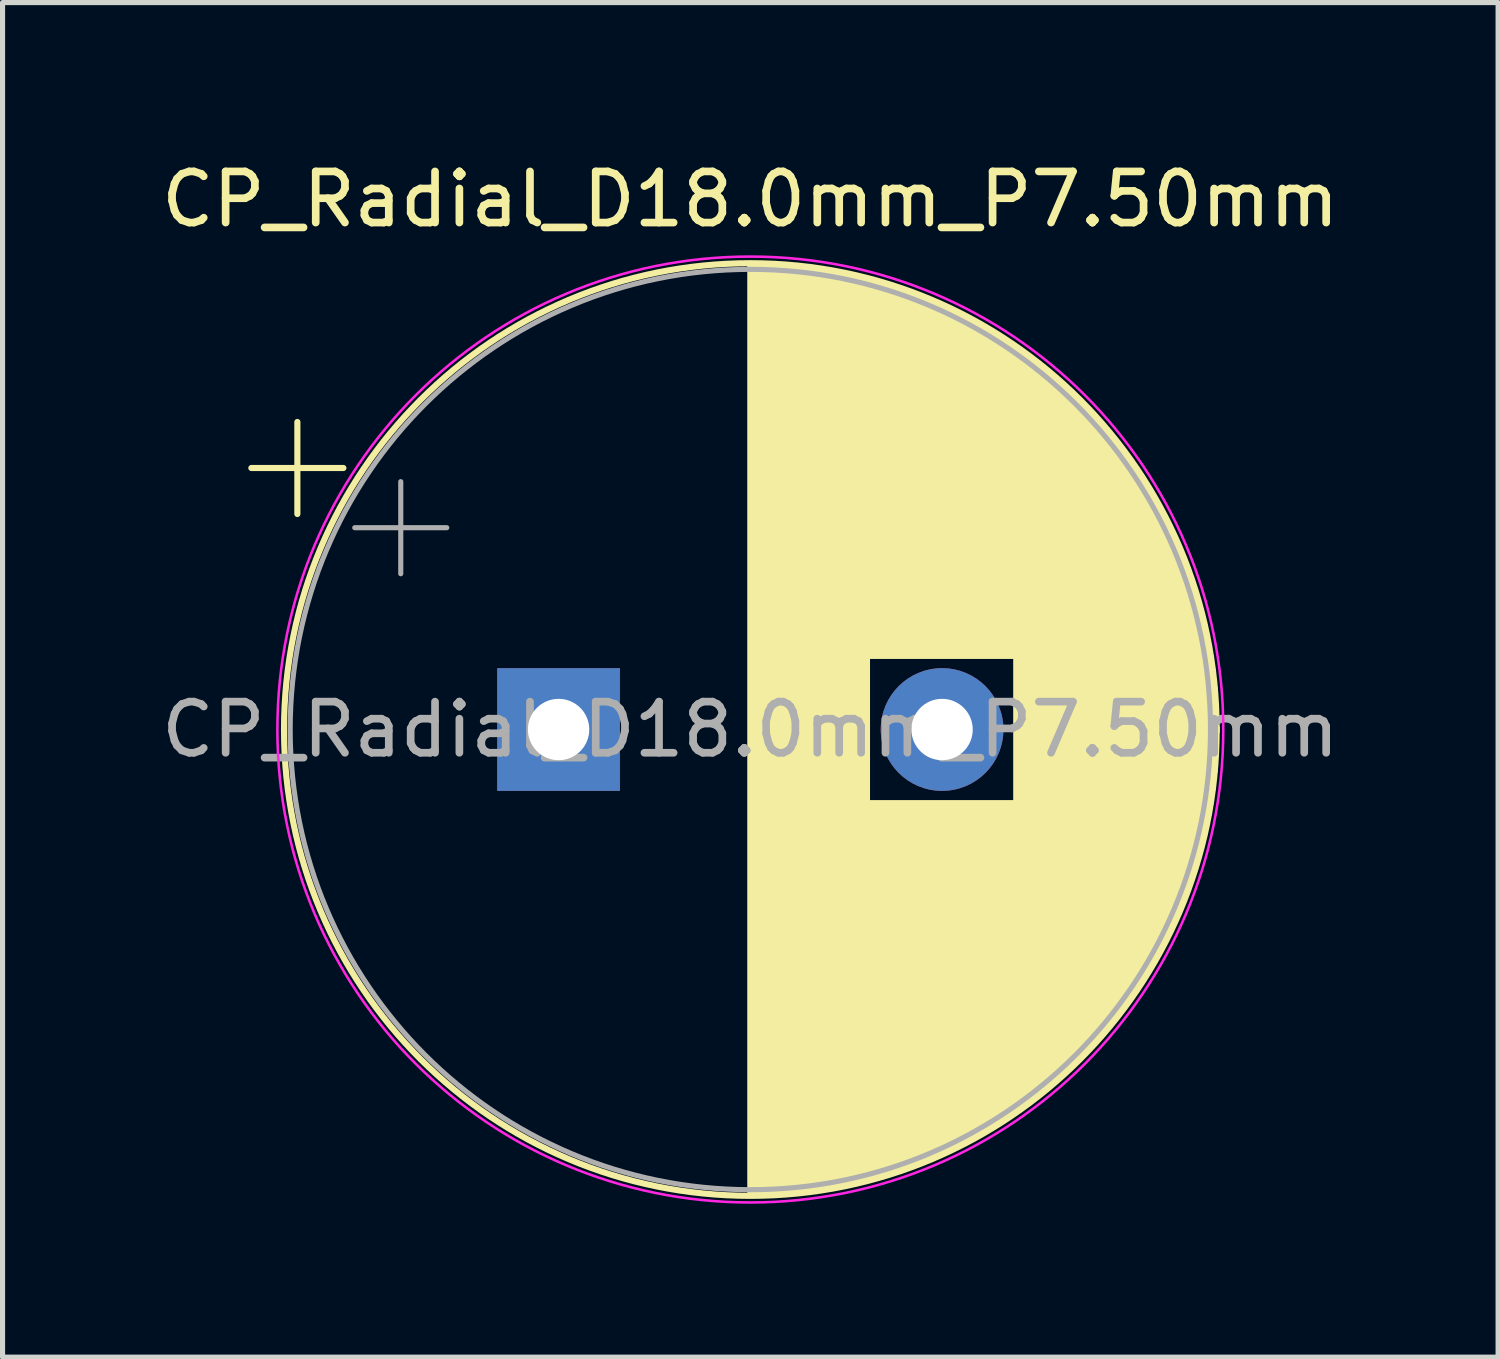
<source format=kicad_pcb>
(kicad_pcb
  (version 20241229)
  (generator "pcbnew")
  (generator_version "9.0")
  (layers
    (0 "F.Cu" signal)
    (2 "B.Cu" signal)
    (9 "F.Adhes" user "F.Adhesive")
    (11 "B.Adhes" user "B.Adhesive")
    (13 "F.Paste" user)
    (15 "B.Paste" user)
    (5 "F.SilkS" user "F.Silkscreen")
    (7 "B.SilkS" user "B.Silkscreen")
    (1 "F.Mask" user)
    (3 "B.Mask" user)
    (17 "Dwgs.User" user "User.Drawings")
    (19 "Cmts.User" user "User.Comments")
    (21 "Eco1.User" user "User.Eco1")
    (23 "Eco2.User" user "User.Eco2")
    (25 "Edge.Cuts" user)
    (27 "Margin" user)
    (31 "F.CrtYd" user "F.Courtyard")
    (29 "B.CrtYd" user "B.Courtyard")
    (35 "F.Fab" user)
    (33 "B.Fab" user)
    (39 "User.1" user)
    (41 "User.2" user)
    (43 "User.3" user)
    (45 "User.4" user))
  (footprint "CP_Radial_D18.0mm_P7.50mm"
    (layer "F.Cu")
    (at 7.875 11.218)
    (property "Reference" "CP_Radial_D18.0mm_P7.50mm" (at 3.75 -10.37 0) (layer "F.SilkS") (effects (font (size 1 1) (thickness 0.15))))
    (attr through_hole)
    (fp_line (start -6.009 -5.115) (end -4.209 -5.115) (stroke (width 0.12) (type solid)) (layer "F.SilkS"))
    (fp_line (start -5.109 -6.015) (end -5.109 -4.215) (stroke (width 0.12) (type solid)) (layer "F.SilkS"))
    (fp_line (start 3.75 -9.081) (end 3.75 9.081) (stroke (width 0.12) (type solid)) (layer "F.SilkS"))
    (fp_line (start 3.79 -9.08) (end 3.79 9.08) (stroke (width 0.12) (type solid)) (layer "F.SilkS"))
    (fp_line (start 3.83 -9.08) (end 3.83 9.08) (stroke (width 0.12) (type solid)) (layer "F.SilkS"))
    (fp_line (start 3.87 -9.08) (end 3.87 9.08) (stroke (width 0.12) (type solid)) (layer "F.SilkS"))
    (fp_line (start 3.91 -9.079) (end 3.91 9.079) (stroke (width 0.12) (type solid)) (layer "F.SilkS"))
    (fp_line (start 3.95 -9.078) (end 3.95 9.078) (stroke (width 0.12) (type solid)) (layer "F.SilkS"))
    (fp_line (start 3.99 -9.077) (end 3.99 9.077) (stroke (width 0.12) (type solid)) (layer "F.SilkS"))
    (fp_line (start 4.03 -9.076) (end 4.03 9.076) (stroke (width 0.12) (type solid)) (layer "F.SilkS"))
    (fp_line (start 4.07 -9.075) (end 4.07 9.075) (stroke (width 0.12) (type solid)) (layer "F.SilkS"))
    (fp_line (start 4.11 -9.073) (end 4.11 9.073) (stroke (width 0.12) (type solid)) (layer "F.SilkS"))
    (fp_line (start 4.15 -9.072) (end 4.15 9.072) (stroke (width 0.12) (type solid)) (layer "F.SilkS"))
    (fp_line (start 4.19 -9.07) (end 4.19 9.07) (stroke (width 0.12) (type solid)) (layer "F.SilkS"))
    (fp_line (start 4.23 -9.068) (end 4.23 9.068) (stroke (width 0.12) (type solid)) (layer "F.SilkS"))
    (fp_line (start 4.27 -9.066) (end 4.27 9.066) (stroke (width 0.12) (type solid)) (layer "F.SilkS"))
    (fp_line (start 4.31 -9.063) (end 4.31 9.063) (stroke (width 0.12) (type solid)) (layer "F.SilkS"))
    (fp_line (start 4.35 -9.061) (end 4.35 9.061) (stroke (width 0.12) (type solid)) (layer "F.SilkS"))
    (fp_line (start 4.39 -9.058) (end 4.39 9.058) (stroke (width 0.12) (type solid)) (layer "F.SilkS"))
    (fp_line (start 4.43 -9.055) (end 4.43 9.055) (stroke (width 0.12) (type solid)) (layer "F.SilkS"))
    (fp_line (start 4.471 -9.052) (end 4.471 9.052) (stroke (width 0.12) (type solid)) (layer "F.SilkS"))
    (fp_line (start 4.511 -9.049) (end 4.511 9.049) (stroke (width 0.12) (type solid)) (layer "F.SilkS"))
    (fp_line (start 4.551 -9.045) (end 4.551 9.045) (stroke (width 0.12) (type solid)) (layer "F.SilkS"))
    (fp_line (start 4.591 -9.042) (end 4.591 9.042) (stroke (width 0.12) (type solid)) (layer "F.SilkS"))
    (fp_line (start 4.631 -9.038) (end 4.631 9.038) (stroke (width 0.12) (type solid)) (layer "F.SilkS"))
    (fp_line (start 4.671 -9.034) (end 4.671 9.034) (stroke (width 0.12) (type solid)) (layer "F.SilkS"))
    (fp_line (start 4.711 -9.03) (end 4.711 9.03) (stroke (width 0.12) (type solid)) (layer "F.SilkS"))
    (fp_line (start 4.751 -9.026) (end 4.751 9.026) (stroke (width 0.12) (type solid)) (layer "F.SilkS"))
    (fp_line (start 4.791 -9.021) (end 4.791 9.021) (stroke (width 0.12) (type solid)) (layer "F.SilkS"))
    (fp_line (start 4.831 -9.016) (end 4.831 9.016) (stroke (width 0.12) (type solid)) (layer "F.SilkS"))
    (fp_line (start 4.871 -9.011) (end 4.871 9.011) (stroke (width 0.12) (type solid)) (layer "F.SilkS"))
    (fp_line (start 4.911 -9.006) (end 4.911 9.006) (stroke (width 0.12) (type solid)) (layer "F.SilkS"))
    (fp_line (start 4.951 -9.001) (end 4.951 9.001) (stroke (width 0.12) (type solid)) (layer "F.SilkS"))
    (fp_line (start 4.991 -8.996) (end 4.991 8.996) (stroke (width 0.12) (type solid)) (layer "F.SilkS"))
    (fp_line (start 5.031 -8.99) (end 5.031 8.99) (stroke (width 0.12) (type solid)) (layer "F.SilkS"))
    (fp_line (start 5.071 -8.984) (end 5.071 8.984) (stroke (width 0.12) (type solid)) (layer "F.SilkS"))
    (fp_line (start 5.111 -8.979) (end 5.111 8.979) (stroke (width 0.12) (type solid)) (layer "F.SilkS"))
    (fp_line (start 5.151 -8.972) (end 5.151 8.972) (stroke (width 0.12) (type solid)) (layer "F.SilkS"))
    (fp_line (start 5.191 -8.966) (end 5.191 8.966) (stroke (width 0.12) (type solid)) (layer "F.SilkS"))
    (fp_line (start 5.231 -8.96) (end 5.231 8.96) (stroke (width 0.12) (type solid)) (layer "F.SilkS"))
    (fp_line (start 5.271 -8.953) (end 5.271 8.953) (stroke (width 0.12) (type solid)) (layer "F.SilkS"))
    (fp_line (start 5.311 -8.946) (end 5.311 8.946) (stroke (width 0.12) (type solid)) (layer "F.SilkS"))
    (fp_line (start 5.351 -8.939) (end 5.351 8.939) (stroke (width 0.12) (type solid)) (layer "F.SilkS"))
    (fp_line (start 5.391 -8.932) (end 5.391 8.932) (stroke (width 0.12) (type solid)) (layer "F.SilkS"))
    (fp_line (start 5.431 -8.924) (end 5.431 8.924) (stroke (width 0.12) (type solid)) (layer "F.SilkS"))
    (fp_line (start 5.471 -8.917) (end 5.471 8.917) (stroke (width 0.12) (type solid)) (layer "F.SilkS"))
    (fp_line (start 5.511 -8.909) (end 5.511 8.909) (stroke (width 0.12) (type solid)) (layer "F.SilkS"))
    (fp_line (start 5.551 -8.901) (end 5.551 8.901) (stroke (width 0.12) (type solid)) (layer "F.SilkS"))
    (fp_line (start 5.591 -8.893) (end 5.591 8.893) (stroke (width 0.12) (type solid)) (layer "F.SilkS"))
    (fp_line (start 5.631 -8.885) (end 5.631 8.885) (stroke (width 0.12) (type solid)) (layer "F.SilkS"))
    (fp_line (start 5.671 -8.876) (end 5.671 8.876) (stroke (width 0.12) (type solid)) (layer "F.SilkS"))
    (fp_line (start 5.711 -8.867) (end 5.711 8.867) (stroke (width 0.12) (type solid)) (layer "F.SilkS"))
    (fp_line (start 5.751 -8.858) (end 5.751 8.858) (stroke (width 0.12) (type solid)) (layer "F.SilkS"))
    (fp_line (start 5.791 -8.849) (end 5.791 8.849) (stroke (width 0.12) (type solid)) (layer "F.SilkS"))
    (fp_line (start 5.831 -8.84) (end 5.831 8.84) (stroke (width 0.12) (type solid)) (layer "F.SilkS"))
    (fp_line (start 5.871 -8.831) (end 5.871 8.831) (stroke (width 0.12) (type solid)) (layer "F.SilkS"))
    (fp_line (start 5.911 -8.821) (end 5.911 8.821) (stroke (width 0.12) (type solid)) (layer "F.SilkS"))
    (fp_line (start 5.951 -8.811) (end 5.951 8.811) (stroke (width 0.12) (type solid)) (layer "F.SilkS"))
    (fp_line (start 5.991 -8.801) (end 5.991 8.801) (stroke (width 0.12) (type solid)) (layer "F.SilkS"))
    (fp_line (start 6.031 -8.791) (end 6.031 8.791) (stroke (width 0.12) (type solid)) (layer "F.SilkS"))
    (fp_line (start 6.071 -8.78) (end 6.071 -1.44) (stroke (width 0.12) (type solid)) (layer "F.SilkS"))
    (fp_line (start 6.071 1.44) (end 6.071 8.78) (stroke (width 0.12) (type solid)) (layer "F.SilkS"))
    (fp_line (start 6.111 -8.77) (end 6.111 -1.44) (stroke (width 0.12) (type solid)) (layer "F.SilkS"))
    (fp_line (start 6.111 1.44) (end 6.111 8.77) (stroke (width 0.12) (type solid)) (layer "F.SilkS"))
    (fp_line (start 6.151 -8.759) (end 6.151 -1.44) (stroke (width 0.12) (type solid)) (layer "F.SilkS"))
    (fp_line (start 6.151 1.44) (end 6.151 8.759) (stroke (width 0.12) (type solid)) (layer "F.SilkS"))
    (fp_line (start 6.191 -8.748) (end 6.191 -1.44) (stroke (width 0.12) (type solid)) (layer "F.SilkS"))
    (fp_line (start 6.191 1.44) (end 6.191 8.748) (stroke (width 0.12) (type solid)) (layer "F.SilkS"))
    (fp_line (start 6.231 -8.737) (end 6.231 -1.44) (stroke (width 0.12) (type solid)) (layer "F.SilkS"))
    (fp_line (start 6.231 1.44) (end 6.231 8.737) (stroke (width 0.12) (type solid)) (layer "F.SilkS"))
    (fp_line (start 6.271 -8.725) (end 6.271 -1.44) (stroke (width 0.12) (type solid)) (layer "F.SilkS"))
    (fp_line (start 6.271 1.44) (end 6.271 8.725) (stroke (width 0.12) (type solid)) (layer "F.SilkS"))
    (fp_line (start 6.311 -8.714) (end 6.311 -1.44) (stroke (width 0.12) (type solid)) (layer "F.SilkS"))
    (fp_line (start 6.311 1.44) (end 6.311 8.714) (stroke (width 0.12) (type solid)) (layer "F.SilkS"))
    (fp_line (start 6.351 -8.702) (end 6.351 -1.44) (stroke (width 0.12) (type solid)) (layer "F.SilkS"))
    (fp_line (start 6.351 1.44) (end 6.351 8.702) (stroke (width 0.12) (type solid)) (layer "F.SilkS"))
    (fp_line (start 6.391 -8.69) (end 6.391 -1.44) (stroke (width 0.12) (type solid)) (layer "F.SilkS"))
    (fp_line (start 6.391 1.44) (end 6.391 8.69) (stroke (width 0.12) (type solid)) (layer "F.SilkS"))
    (fp_line (start 6.431 -8.678) (end 6.431 -1.44) (stroke (width 0.12) (type solid)) (layer "F.SilkS"))
    (fp_line (start 6.431 1.44) (end 6.431 8.678) (stroke (width 0.12) (type solid)) (layer "F.SilkS"))
    (fp_line (start 6.471 -8.665) (end 6.471 -1.44) (stroke (width 0.12) (type solid)) (layer "F.SilkS"))
    (fp_line (start 6.471 1.44) (end 6.471 8.665) (stroke (width 0.12) (type solid)) (layer "F.SilkS"))
    (fp_line (start 6.511 -8.653) (end 6.511 -1.44) (stroke (width 0.12) (type solid)) (layer "F.SilkS"))
    (fp_line (start 6.511 1.44) (end 6.511 8.653) (stroke (width 0.12) (type solid)) (layer "F.SilkS"))
    (fp_line (start 6.551 -8.64) (end 6.551 -1.44) (stroke (width 0.12) (type solid)) (layer "F.SilkS"))
    (fp_line (start 6.551 1.44) (end 6.551 8.64) (stroke (width 0.12) (type solid)) (layer "F.SilkS"))
    (fp_line (start 6.591 -8.627) (end 6.591 -1.44) (stroke (width 0.12) (type solid)) (layer "F.SilkS"))
    (fp_line (start 6.591 1.44) (end 6.591 8.627) (stroke (width 0.12) (type solid)) (layer "F.SilkS"))
    (fp_line (start 6.631 -8.614) (end 6.631 -1.44) (stroke (width 0.12) (type solid)) (layer "F.SilkS"))
    (fp_line (start 6.631 1.44) (end 6.631 8.614) (stroke (width 0.12) (type solid)) (layer "F.SilkS"))
    (fp_line (start 6.671 -8.6) (end 6.671 -1.44) (stroke (width 0.12) (type solid)) (layer "F.SilkS"))
    (fp_line (start 6.671 1.44) (end 6.671 8.6) (stroke (width 0.12) (type solid)) (layer "F.SilkS"))
    (fp_line (start 6.711 -8.587) (end 6.711 -1.44) (stroke (width 0.12) (type solid)) (layer "F.SilkS"))
    (fp_line (start 6.711 1.44) (end 6.711 8.587) (stroke (width 0.12) (type solid)) (layer "F.SilkS"))
    (fp_line (start 6.751 -8.573) (end 6.751 -1.44) (stroke (width 0.12) (type solid)) (layer "F.SilkS"))
    (fp_line (start 6.751 1.44) (end 6.751 8.573) (stroke (width 0.12) (type solid)) (layer "F.SilkS"))
    (fp_line (start 6.791 -8.559) (end 6.791 -1.44) (stroke (width 0.12) (type solid)) (layer "F.SilkS"))
    (fp_line (start 6.791 1.44) (end 6.791 8.559) (stroke (width 0.12) (type solid)) (layer "F.SilkS"))
    (fp_line (start 6.831 -8.545) (end 6.831 -1.44) (stroke (width 0.12) (type solid)) (layer "F.SilkS"))
    (fp_line (start 6.831 1.44) (end 6.831 8.545) (stroke (width 0.12) (type solid)) (layer "F.SilkS"))
    (fp_line (start 6.871 -8.53) (end 6.871 -1.44) (stroke (width 0.12) (type solid)) (layer "F.SilkS"))
    (fp_line (start 6.871 1.44) (end 6.871 8.53) (stroke (width 0.12) (type solid)) (layer "F.SilkS"))
    (fp_line (start 6.911 -8.516) (end 6.911 -1.44) (stroke (width 0.12) (type solid)) (layer "F.SilkS"))
    (fp_line (start 6.911 1.44) (end 6.911 8.516) (stroke (width 0.12) (type solid)) (layer "F.SilkS"))
    (fp_line (start 6.951 -8.501) (end 6.951 -1.44) (stroke (width 0.12) (type solid)) (layer "F.SilkS"))
    (fp_line (start 6.951 1.44) (end 6.951 8.501) (stroke (width 0.12) (type solid)) (layer "F.SilkS"))
    (fp_line (start 6.991 -8.486) (end 6.991 -1.44) (stroke (width 0.12) (type solid)) (layer "F.SilkS"))
    (fp_line (start 6.991 1.44) (end 6.991 8.486) (stroke (width 0.12) (type solid)) (layer "F.SilkS"))
    (fp_line (start 7.031 -8.47) (end 7.031 -1.44) (stroke (width 0.12) (type solid)) (layer "F.SilkS"))
    (fp_line (start 7.031 1.44) (end 7.031 8.47) (stroke (width 0.12) (type solid)) (layer "F.SilkS"))
    (fp_line (start 7.071 -8.455) (end 7.071 -1.44) (stroke (width 0.12) (type solid)) (layer "F.SilkS"))
    (fp_line (start 7.071 1.44) (end 7.071 8.455) (stroke (width 0.12) (type solid)) (layer "F.SilkS"))
    (fp_line (start 7.111 -8.439) (end 7.111 -1.44) (stroke (width 0.12) (type solid)) (layer "F.SilkS"))
    (fp_line (start 7.111 1.44) (end 7.111 8.439) (stroke (width 0.12) (type solid)) (layer "F.SilkS"))
    (fp_line (start 7.151 -8.423) (end 7.151 -1.44) (stroke (width 0.12) (type solid)) (layer "F.SilkS"))
    (fp_line (start 7.151 1.44) (end 7.151 8.423) (stroke (width 0.12) (type solid)) (layer "F.SilkS"))
    (fp_line (start 7.191 -8.407) (end 7.191 -1.44) (stroke (width 0.12) (type solid)) (layer "F.SilkS"))
    (fp_line (start 7.191 1.44) (end 7.191 8.407) (stroke (width 0.12) (type solid)) (layer "F.SilkS"))
    (fp_line (start 7.231 -8.39) (end 7.231 -1.44) (stroke (width 0.12) (type solid)) (layer "F.SilkS"))
    (fp_line (start 7.231 1.44) (end 7.231 8.39) (stroke (width 0.12) (type solid)) (layer "F.SilkS"))
    (fp_line (start 7.271 -8.374) (end 7.271 -1.44) (stroke (width 0.12) (type solid)) (layer "F.SilkS"))
    (fp_line (start 7.271 1.44) (end 7.271 8.374) (stroke (width 0.12) (type solid)) (layer "F.SilkS"))
    (fp_line (start 7.311 -8.357) (end 7.311 -1.44) (stroke (width 0.12) (type solid)) (layer "F.SilkS"))
    (fp_line (start 7.311 1.44) (end 7.311 8.357) (stroke (width 0.12) (type solid)) (layer "F.SilkS"))
    (fp_line (start 7.351 -8.34) (end 7.351 -1.44) (stroke (width 0.12) (type solid)) (layer "F.SilkS"))
    (fp_line (start 7.351 1.44) (end 7.351 8.34) (stroke (width 0.12) (type solid)) (layer "F.SilkS"))
    (fp_line (start 7.391 -8.323) (end 7.391 -1.44) (stroke (width 0.12) (type solid)) (layer "F.SilkS"))
    (fp_line (start 7.391 1.44) (end 7.391 8.323) (stroke (width 0.12) (type solid)) (layer "F.SilkS"))
    (fp_line (start 7.431 -8.305) (end 7.431 -1.44) (stroke (width 0.12) (type solid)) (layer "F.SilkS"))
    (fp_line (start 7.431 1.44) (end 7.431 8.305) (stroke (width 0.12) (type solid)) (layer "F.SilkS"))
    (fp_line (start 7.471 -8.287) (end 7.471 -1.44) (stroke (width 0.12) (type solid)) (layer "F.SilkS"))
    (fp_line (start 7.471 1.44) (end 7.471 8.287) (stroke (width 0.12) (type solid)) (layer "F.SilkS"))
    (fp_line (start 7.511 -8.269) (end 7.511 -1.44) (stroke (width 0.12) (type solid)) (layer "F.SilkS"))
    (fp_line (start 7.511 1.44) (end 7.511 8.269) (stroke (width 0.12) (type solid)) (layer "F.SilkS"))
    (fp_line (start 7.551 -8.251) (end 7.551 -1.44) (stroke (width 0.12) (type solid)) (layer "F.SilkS"))
    (fp_line (start 7.551 1.44) (end 7.551 8.251) (stroke (width 0.12) (type solid)) (layer "F.SilkS"))
    (fp_line (start 7.591 -8.233) (end 7.591 -1.44) (stroke (width 0.12) (type solid)) (layer "F.SilkS"))
    (fp_line (start 7.591 1.44) (end 7.591 8.233) (stroke (width 0.12) (type solid)) (layer "F.SilkS"))
    (fp_line (start 7.631 -8.214) (end 7.631 -1.44) (stroke (width 0.12) (type solid)) (layer "F.SilkS"))
    (fp_line (start 7.631 1.44) (end 7.631 8.214) (stroke (width 0.12) (type solid)) (layer "F.SilkS"))
    (fp_line (start 7.671 -8.195) (end 7.671 -1.44) (stroke (width 0.12) (type solid)) (layer "F.SilkS"))
    (fp_line (start 7.671 1.44) (end 7.671 8.195) (stroke (width 0.12) (type solid)) (layer "F.SilkS"))
    (fp_line (start 7.711 -8.176) (end 7.711 -1.44) (stroke (width 0.12) (type solid)) (layer "F.SilkS"))
    (fp_line (start 7.711 1.44) (end 7.711 8.176) (stroke (width 0.12) (type solid)) (layer "F.SilkS"))
    (fp_line (start 7.751 -8.156) (end 7.751 -1.44) (stroke (width 0.12) (type solid)) (layer "F.SilkS"))
    (fp_line (start 7.751 1.44) (end 7.751 8.156) (stroke (width 0.12) (type solid)) (layer "F.SilkS"))
    (fp_line (start 7.791 -8.137) (end 7.791 -1.44) (stroke (width 0.12) (type solid)) (layer "F.SilkS"))
    (fp_line (start 7.791 1.44) (end 7.791 8.137) (stroke (width 0.12) (type solid)) (layer "F.SilkS"))
    (fp_line (start 7.831 -8.117) (end 7.831 -1.44) (stroke (width 0.12) (type solid)) (layer "F.SilkS"))
    (fp_line (start 7.831 1.44) (end 7.831 8.117) (stroke (width 0.12) (type solid)) (layer "F.SilkS"))
    (fp_line (start 7.871 -8.097) (end 7.871 -1.44) (stroke (width 0.12) (type solid)) (layer "F.SilkS"))
    (fp_line (start 7.871 1.44) (end 7.871 8.097) (stroke (width 0.12) (type solid)) (layer "F.SilkS"))
    (fp_line (start 7.911 -8.076) (end 7.911 -1.44) (stroke (width 0.12) (type solid)) (layer "F.SilkS"))
    (fp_line (start 7.911 1.44) (end 7.911 8.076) (stroke (width 0.12) (type solid)) (layer "F.SilkS"))
    (fp_line (start 7.951 -8.056) (end 7.951 -1.44) (stroke (width 0.12) (type solid)) (layer "F.SilkS"))
    (fp_line (start 7.951 1.44) (end 7.951 8.056) (stroke (width 0.12) (type solid)) (layer "F.SilkS"))
    (fp_line (start 7.991 -8.035) (end 7.991 -1.44) (stroke (width 0.12) (type solid)) (layer "F.SilkS"))
    (fp_line (start 7.991 1.44) (end 7.991 8.035) (stroke (width 0.12) (type solid)) (layer "F.SilkS"))
    (fp_line (start 8.031 -8.014) (end 8.031 -1.44) (stroke (width 0.12) (type solid)) (layer "F.SilkS"))
    (fp_line (start 8.031 1.44) (end 8.031 8.014) (stroke (width 0.12) (type solid)) (layer "F.SilkS"))
    (fp_line (start 8.071 -7.992) (end 8.071 -1.44) (stroke (width 0.12) (type solid)) (layer "F.SilkS"))
    (fp_line (start 8.071 1.44) (end 8.071 7.992) (stroke (width 0.12) (type solid)) (layer "F.SilkS"))
    (fp_line (start 8.111 -7.971) (end 8.111 -1.44) (stroke (width 0.12) (type solid)) (layer "F.SilkS"))
    (fp_line (start 8.111 1.44) (end 8.111 7.971) (stroke (width 0.12) (type solid)) (layer "F.SilkS"))
    (fp_line (start 8.151 -7.949) (end 8.151 -1.44) (stroke (width 0.12) (type solid)) (layer "F.SilkS"))
    (fp_line (start 8.151 1.44) (end 8.151 7.949) (stroke (width 0.12) (type solid)) (layer "F.SilkS"))
    (fp_line (start 8.191 -7.927) (end 8.191 -1.44) (stroke (width 0.12) (type solid)) (layer "F.SilkS"))
    (fp_line (start 8.191 1.44) (end 8.191 7.927) (stroke (width 0.12) (type solid)) (layer "F.SilkS"))
    (fp_line (start 8.231 -7.904) (end 8.231 -1.44) (stroke (width 0.12) (type solid)) (layer "F.SilkS"))
    (fp_line (start 8.231 1.44) (end 8.231 7.904) (stroke (width 0.12) (type solid)) (layer "F.SilkS"))
    (fp_line (start 8.271 -7.882) (end 8.271 -1.44) (stroke (width 0.12) (type solid)) (layer "F.SilkS"))
    (fp_line (start 8.271 1.44) (end 8.271 7.882) (stroke (width 0.12) (type solid)) (layer "F.SilkS"))
    (fp_line (start 8.311 -7.859) (end 8.311 -1.44) (stroke (width 0.12) (type solid)) (layer "F.SilkS"))
    (fp_line (start 8.311 1.44) (end 8.311 7.859) (stroke (width 0.12) (type solid)) (layer "F.SilkS"))
    (fp_line (start 8.351 -7.835) (end 8.351 -1.44) (stroke (width 0.12) (type solid)) (layer "F.SilkS"))
    (fp_line (start 8.351 1.44) (end 8.351 7.835) (stroke (width 0.12) (type solid)) (layer "F.SilkS"))
    (fp_line (start 8.391 -7.812) (end 8.391 -1.44) (stroke (width 0.12) (type solid)) (layer "F.SilkS"))
    (fp_line (start 8.391 1.44) (end 8.391 7.812) (stroke (width 0.12) (type solid)) (layer "F.SilkS"))
    (fp_line (start 8.431 -7.788) (end 8.431 -1.44) (stroke (width 0.12) (type solid)) (layer "F.SilkS"))
    (fp_line (start 8.431 1.44) (end 8.431 7.788) (stroke (width 0.12) (type solid)) (layer "F.SilkS"))
    (fp_line (start 8.471 -7.764) (end 8.471 -1.44) (stroke (width 0.12) (type solid)) (layer "F.SilkS"))
    (fp_line (start 8.471 1.44) (end 8.471 7.764) (stroke (width 0.12) (type solid)) (layer "F.SilkS"))
    (fp_line (start 8.511 -7.74) (end 8.511 -1.44) (stroke (width 0.12) (type solid)) (layer "F.SilkS"))
    (fp_line (start 8.511 1.44) (end 8.511 7.74) (stroke (width 0.12) (type solid)) (layer "F.SilkS"))
    (fp_line (start 8.551 -7.715) (end 8.551 -1.44) (stroke (width 0.12) (type solid)) (layer "F.SilkS"))
    (fp_line (start 8.551 1.44) (end 8.551 7.715) (stroke (width 0.12) (type solid)) (layer "F.SilkS"))
    (fp_line (start 8.591 -7.69) (end 8.591 -1.44) (stroke (width 0.12) (type solid)) (layer "F.SilkS"))
    (fp_line (start 8.591 1.44) (end 8.591 7.69) (stroke (width 0.12) (type solid)) (layer "F.SilkS"))
    (fp_line (start 8.631 -7.665) (end 8.631 -1.44) (stroke (width 0.12) (type solid)) (layer "F.SilkS"))
    (fp_line (start 8.631 1.44) (end 8.631 7.665) (stroke (width 0.12) (type solid)) (layer "F.SilkS"))
    (fp_line (start 8.671 -7.64) (end 8.671 -1.44) (stroke (width 0.12) (type solid)) (layer "F.SilkS"))
    (fp_line (start 8.671 1.44) (end 8.671 7.64) (stroke (width 0.12) (type solid)) (layer "F.SilkS"))
    (fp_line (start 8.711 -7.614) (end 8.711 -1.44) (stroke (width 0.12) (type solid)) (layer "F.SilkS"))
    (fp_line (start 8.711 1.44) (end 8.711 7.614) (stroke (width 0.12) (type solid)) (layer "F.SilkS"))
    (fp_line (start 8.751 -7.588) (end 8.751 -1.44) (stroke (width 0.12) (type solid)) (layer "F.SilkS"))
    (fp_line (start 8.751 1.44) (end 8.751 7.588) (stroke (width 0.12) (type solid)) (layer "F.SilkS"))
    (fp_line (start 8.791 -7.561) (end 8.791 -1.44) (stroke (width 0.12) (type solid)) (layer "F.SilkS"))
    (fp_line (start 8.791 1.44) (end 8.791 7.561) (stroke (width 0.12) (type solid)) (layer "F.SilkS"))
    (fp_line (start 8.831 -7.535) (end 8.831 -1.44) (stroke (width 0.12) (type solid)) (layer "F.SilkS"))
    (fp_line (start 8.831 1.44) (end 8.831 7.535) (stroke (width 0.12) (type solid)) (layer "F.SilkS"))
    (fp_line (start 8.871 -7.508) (end 8.871 -1.44) (stroke (width 0.12) (type solid)) (layer "F.SilkS"))
    (fp_line (start 8.871 1.44) (end 8.871 7.508) (stroke (width 0.12) (type solid)) (layer "F.SilkS"))
    (fp_line (start 8.911 -7.48) (end 8.911 -1.44) (stroke (width 0.12) (type solid)) (layer "F.SilkS"))
    (fp_line (start 8.911 1.44) (end 8.911 7.48) (stroke (width 0.12) (type solid)) (layer "F.SilkS"))
    (fp_line (start 8.951 -7.453) (end 8.951 7.453) (stroke (width 0.12) (type solid)) (layer "F.SilkS"))
    (fp_line (start 8.991 -7.425) (end 8.991 7.425) (stroke (width 0.12) (type solid)) (layer "F.SilkS"))
    (fp_line (start 9.031 -7.397) (end 9.031 7.397) (stroke (width 0.12) (type solid)) (layer "F.SilkS"))
    (fp_line (start 9.071 -7.368) (end 9.071 7.368) (stroke (width 0.12) (type solid)) (layer "F.SilkS"))
    (fp_line (start 9.111 -7.339) (end 9.111 7.339) (stroke (width 0.12) (type solid)) (layer "F.SilkS"))
    (fp_line (start 9.151 -7.31) (end 9.151 7.31) (stroke (width 0.12) (type solid)) (layer "F.SilkS"))
    (fp_line (start 9.191 -7.28) (end 9.191 7.28) (stroke (width 0.12) (type solid)) (layer "F.SilkS"))
    (fp_line (start 9.231 -7.25) (end 9.231 7.25) (stroke (width 0.12) (type solid)) (layer "F.SilkS"))
    (fp_line (start 9.271 -7.22) (end 9.271 7.22) (stroke (width 0.12) (type solid)) (layer "F.SilkS"))
    (fp_line (start 9.311 -7.19) (end 9.311 7.19) (stroke (width 0.12) (type solid)) (layer "F.SilkS"))
    (fp_line (start 9.351 -7.159) (end 9.351 7.159) (stroke (width 0.12) (type solid)) (layer "F.SilkS"))
    (fp_line (start 9.391 -7.127) (end 9.391 7.127) (stroke (width 0.12) (type solid)) (layer "F.SilkS"))
    (fp_line (start 9.431 -7.096) (end 9.431 7.096) (stroke (width 0.12) (type solid)) (layer "F.SilkS"))
    (fp_line (start 9.471 -7.064) (end 9.471 7.064) (stroke (width 0.12) (type solid)) (layer "F.SilkS"))
    (fp_line (start 9.511 -7.031) (end 9.511 7.031) (stroke (width 0.12) (type solid)) (layer "F.SilkS"))
    (fp_line (start 9.551 -6.999) (end 9.551 6.999) (stroke (width 0.12) (type solid)) (layer "F.SilkS"))
    (fp_line (start 9.591 -6.965) (end 9.591 6.965) (stroke (width 0.12) (type solid)) (layer "F.SilkS"))
    (fp_line (start 9.631 -6.932) (end 9.631 6.932) (stroke (width 0.12) (type solid)) (layer "F.SilkS"))
    (fp_line (start 9.671 -6.898) (end 9.671 6.898) (stroke (width 0.12) (type solid)) (layer "F.SilkS"))
    (fp_line (start 9.711 -6.864) (end 9.711 6.864) (stroke (width 0.12) (type solid)) (layer "F.SilkS"))
    (fp_line (start 9.751 -6.829) (end 9.751 6.829) (stroke (width 0.12) (type solid)) (layer "F.SilkS"))
    (fp_line (start 9.791 -6.794) (end 9.791 6.794) (stroke (width 0.12) (type solid)) (layer "F.SilkS"))
    (fp_line (start 9.831 -6.758) (end 9.831 6.758) (stroke (width 0.12) (type solid)) (layer "F.SilkS"))
    (fp_line (start 9.871 -6.722) (end 9.871 6.722) (stroke (width 0.12) (type solid)) (layer "F.SilkS"))
    (fp_line (start 9.911 -6.686) (end 9.911 6.686) (stroke (width 0.12) (type solid)) (layer "F.SilkS"))
    (fp_line (start 9.951 -6.649) (end 9.951 6.649) (stroke (width 0.12) (type solid)) (layer "F.SilkS"))
    (fp_line (start 9.991 -6.612) (end 9.991 6.612) (stroke (width 0.12) (type solid)) (layer "F.SilkS"))
    (fp_line (start 10.031 -6.574) (end 10.031 6.574) (stroke (width 0.12) (type solid)) (layer "F.SilkS"))
    (fp_line (start 10.071 -6.536) (end 10.071 6.536) (stroke (width 0.12) (type solid)) (layer "F.SilkS"))
    (fp_line (start 10.111 -6.497) (end 10.111 6.497) (stroke (width 0.12) (type solid)) (layer "F.SilkS"))
    (fp_line (start 10.151 -6.458) (end 10.151 6.458) (stroke (width 0.12) (type solid)) (layer "F.SilkS"))
    (fp_line (start 10.191 -6.418) (end 10.191 6.418) (stroke (width 0.12) (type solid)) (layer "F.SilkS"))
    (fp_line (start 10.231 -6.378) (end 10.231 6.378) (stroke (width 0.12) (type solid)) (layer "F.SilkS"))
    (fp_line (start 10.271 -6.337) (end 10.271 6.337) (stroke (width 0.12) (type solid)) (layer "F.SilkS"))
    (fp_line (start 10.311 -6.296) (end 10.311 6.296) (stroke (width 0.12) (type solid)) (layer "F.SilkS"))
    (fp_line (start 10.351 -6.254) (end 10.351 6.254) (stroke (width 0.12) (type solid)) (layer "F.SilkS"))
    (fp_line (start 10.391 -6.212) (end 10.391 6.212) (stroke (width 0.12) (type solid)) (layer "F.SilkS"))
    (fp_line (start 10.431 -6.17) (end 10.431 6.17) (stroke (width 0.12) (type solid)) (layer "F.SilkS"))
    (fp_line (start 10.471 -6.126) (end 10.471 6.126) (stroke (width 0.12) (type solid)) (layer "F.SilkS"))
    (fp_line (start 10.511 -6.082) (end 10.511 6.082) (stroke (width 0.12) (type solid)) (layer "F.SilkS"))
    (fp_line (start 10.551 -6.038) (end 10.551 6.038) (stroke (width 0.12) (type solid)) (layer "F.SilkS"))
    (fp_line (start 10.591 -5.993) (end 10.591 5.993) (stroke (width 0.12) (type solid)) (layer "F.SilkS"))
    (fp_line (start 10.631 -5.947) (end 10.631 5.947) (stroke (width 0.12) (type solid)) (layer "F.SilkS"))
    (fp_line (start 10.671 -5.901) (end 10.671 5.901) (stroke (width 0.12) (type solid)) (layer "F.SilkS"))
    (fp_line (start 10.711 -5.854) (end 10.711 5.854) (stroke (width 0.12) (type solid)) (layer "F.SilkS"))
    (fp_line (start 10.751 -5.806) (end 10.751 5.806) (stroke (width 0.12) (type solid)) (layer "F.SilkS"))
    (fp_line (start 10.791 -5.758) (end 10.791 5.758) (stroke (width 0.12) (type solid)) (layer "F.SilkS"))
    (fp_line (start 10.831 -5.709) (end 10.831 5.709) (stroke (width 0.12) (type solid)) (layer "F.SilkS"))
    (fp_line (start 10.871 -5.66) (end 10.871 5.66) (stroke (width 0.12) (type solid)) (layer "F.SilkS"))
    (fp_line (start 10.911 -5.609) (end 10.911 5.609) (stroke (width 0.12) (type solid)) (layer "F.SilkS"))
    (fp_line (start 10.951 -5.558) (end 10.951 5.558) (stroke (width 0.12) (type solid)) (layer "F.SilkS"))
    (fp_line (start 10.991 -5.506) (end 10.991 5.506) (stroke (width 0.12) (type solid)) (layer "F.SilkS"))
    (fp_line (start 11.031 -5.454) (end 11.031 5.454) (stroke (width 0.12) (type solid)) (layer "F.SilkS"))
    (fp_line (start 11.071 -5.4) (end 11.071 5.4) (stroke (width 0.12) (type solid)) (layer "F.SilkS"))
    (fp_line (start 11.111 -5.346) (end 11.111 5.346) (stroke (width 0.12) (type solid)) (layer "F.SilkS"))
    (fp_line (start 11.151 -5.291) (end 11.151 5.291) (stroke (width 0.12) (type solid)) (layer "F.SilkS"))
    (fp_line (start 11.191 -5.235) (end 11.191 5.235) (stroke (width 0.12) (type solid)) (layer "F.SilkS"))
    (fp_line (start 11.231 -5.178) (end 11.231 5.178) (stroke (width 0.12) (type solid)) (layer "F.SilkS"))
    (fp_line (start 11.271 -5.12) (end 11.271 5.12) (stroke (width 0.12) (type solid)) (layer "F.SilkS"))
    (fp_line (start 11.311 -5.062) (end 11.311 5.062) (stroke (width 0.12) (type solid)) (layer "F.SilkS"))
    (fp_line (start 11.351 -5.002) (end 11.351 5.002) (stroke (width 0.12) (type solid)) (layer "F.SilkS"))
    (fp_line (start 11.391 -4.941) (end 11.391 4.941) (stroke (width 0.12) (type solid)) (layer "F.SilkS"))
    (fp_line (start 11.431 -4.879) (end 11.431 4.879) (stroke (width 0.12) (type solid)) (layer "F.SilkS"))
    (fp_line (start 11.471 -4.816) (end 11.471 4.816) (stroke (width 0.12) (type solid)) (layer "F.SilkS"))
    (fp_line (start 11.511 -4.752) (end 11.511 4.752) (stroke (width 0.12) (type solid)) (layer "F.SilkS"))
    (fp_line (start 11.551 -4.686) (end 11.551 4.686) (stroke (width 0.12) (type solid)) (layer "F.SilkS"))
    (fp_line (start 11.591 -4.62) (end 11.591 4.62) (stroke (width 0.12) (type solid)) (layer "F.SilkS"))
    (fp_line (start 11.631 -4.552) (end 11.631 4.552) (stroke (width 0.12) (type solid)) (layer "F.SilkS"))
    (fp_line (start 11.671 -4.482) (end 11.671 4.482) (stroke (width 0.12) (type solid)) (layer "F.SilkS"))
    (fp_line (start 11.711 -4.412) (end 11.711 4.412) (stroke (width 0.12) (type solid)) (layer "F.SilkS"))
    (fp_line (start 11.751 -4.339) (end 11.751 4.339) (stroke (width 0.12) (type solid)) (layer "F.SilkS"))
    (fp_line (start 11.791 -4.265) (end 11.791 4.265) (stroke (width 0.12) (type solid)) (layer "F.SilkS"))
    (fp_line (start 11.831 -4.19) (end 11.831 4.19) (stroke (width 0.12) (type solid)) (layer "F.SilkS"))
    (fp_line (start 11.871 -4.113) (end 11.871 4.113) (stroke (width 0.12) (type solid)) (layer "F.SilkS"))
    (fp_line (start 11.911 -4.033) (end 11.911 4.033) (stroke (width 0.12) (type solid)) (layer "F.SilkS"))
    (fp_line (start 11.95 -3.952) (end 11.95 3.952) (stroke (width 0.12) (type solid)) (layer "F.SilkS"))
    (fp_line (start 11.99 -3.869) (end 11.99 3.869) (stroke (width 0.12) (type solid)) (layer "F.SilkS"))
    (fp_line (start 12.03 -3.784) (end 12.03 3.784) (stroke (width 0.12) (type solid)) (layer "F.SilkS"))
    (fp_line (start 12.07 -3.696) (end 12.07 3.696) (stroke (width 0.12) (type solid)) (layer "F.SilkS"))
    (fp_line (start 12.11 -3.605) (end 12.11 3.605) (stroke (width 0.12) (type solid)) (layer "F.SilkS"))
    (fp_line (start 12.15 -3.512) (end 12.15 3.512) (stroke (width 0.12) (type solid)) (layer "F.SilkS"))
    (fp_line (start 12.19 -3.416) (end 12.19 3.416) (stroke (width 0.12) (type solid)) (layer "F.SilkS"))
    (fp_line (start 12.23 -3.317) (end 12.23 3.317) (stroke (width 0.12) (type solid)) (layer "F.SilkS"))
    (fp_line (start 12.27 -3.214) (end 12.27 3.214) (stroke (width 0.12) (type solid)) (layer "F.SilkS"))
    (fp_line (start 12.31 -3.107) (end 12.31 3.107) (stroke (width 0.12) (type solid)) (layer "F.SilkS"))
    (fp_line (start 12.35 -2.996) (end 12.35 2.996) (stroke (width 0.12) (type solid)) (layer "F.SilkS"))
    (fp_line (start 12.39 -2.88) (end 12.39 2.88) (stroke (width 0.12) (type solid)) (layer "F.SilkS"))
    (fp_line (start 12.43 -2.759) (end 12.43 2.759) (stroke (width 0.12) (type solid)) (layer "F.SilkS"))
    (fp_line (start 12.47 -2.632) (end 12.47 2.632) (stroke (width 0.12) (type solid)) (layer "F.SilkS"))
    (fp_line (start 12.51 -2.498) (end 12.51 2.498) (stroke (width 0.12) (type solid)) (layer "F.SilkS"))
    (fp_line (start 12.55 -2.355) (end 12.55 2.355) (stroke (width 0.12) (type solid)) (layer "F.SilkS"))
    (fp_line (start 12.59 -2.203) (end 12.59 2.203) (stroke (width 0.12) (type solid)) (layer "F.SilkS"))
    (fp_line (start 12.63 -2.039) (end 12.63 2.039) (stroke (width 0.12) (type solid)) (layer "F.SilkS"))
    (fp_line (start 12.67 -1.86) (end 12.67 1.86) (stroke (width 0.12) (type solid)) (layer "F.SilkS"))
    (fp_line (start 12.71 -1.661) (end 12.71 1.661) (stroke (width 0.12) (type solid)) (layer "F.SilkS"))
    (fp_line (start 12.75 -1.435) (end 12.75 1.435) (stroke (width 0.12) (type solid)) (layer "F.SilkS"))
    (fp_line (start 12.79 -1.166) (end 12.79 1.166) (stroke (width 0.12) (type solid)) (layer "F.SilkS"))
    (fp_line (start 12.83 -0.814) (end 12.83 0.814) (stroke (width 0.12) (type solid)) (layer "F.SilkS"))
    (fp_line (start 12.87 -0.04) (end 12.87 0.04) (stroke (width 0.12) (type solid)) (layer "F.SilkS"))
    (fp_circle (center 3.75 0) (end 12.87 0) (stroke (width 0.12) (type solid)) (fill no) (layer "F.SilkS"))
    (fp_circle (center 3.75 0) (end 13 0) (stroke (width 0.05) (type solid)) (fill no) (layer "F.CrtYd"))
    (fp_line (start -3.987 -3.947) (end -2.187 -3.947) (stroke (width 0.1) (type solid)) (layer "F.Fab"))
    (fp_line (start -3.087 -4.848) (end -3.087 -3.047) (stroke (width 0.1) (type solid)) (layer "F.Fab"))
    (fp_circle (center 3.75 0) (end 12.75 0) (stroke (width 0.1) (type solid)) (fill no) (layer "F.Fab"))
    (fp_text user "${REFERENCE}" (at 3.75 0 0) (layer "F.Fab") (effects (font (size 1 1) (thickness 0.15))))
    (pad "1" thru_hole rect (at 0 0) (size 2.4 2.4) (drill 1.2) (layers "*.Cu" "*.Mask"))
    (pad "2" thru_hole circle (at 7.5 0) (size 2.4 2.4) (drill 1.2) (layers "*.Cu" "*.Mask")))
  (gr_rect
    (start -3 -3)
    (end 26.25 23.493)
    (stroke (width 0.1) (type default))
    (fill no)
    (layer "Edge.Cuts")))
</source>
